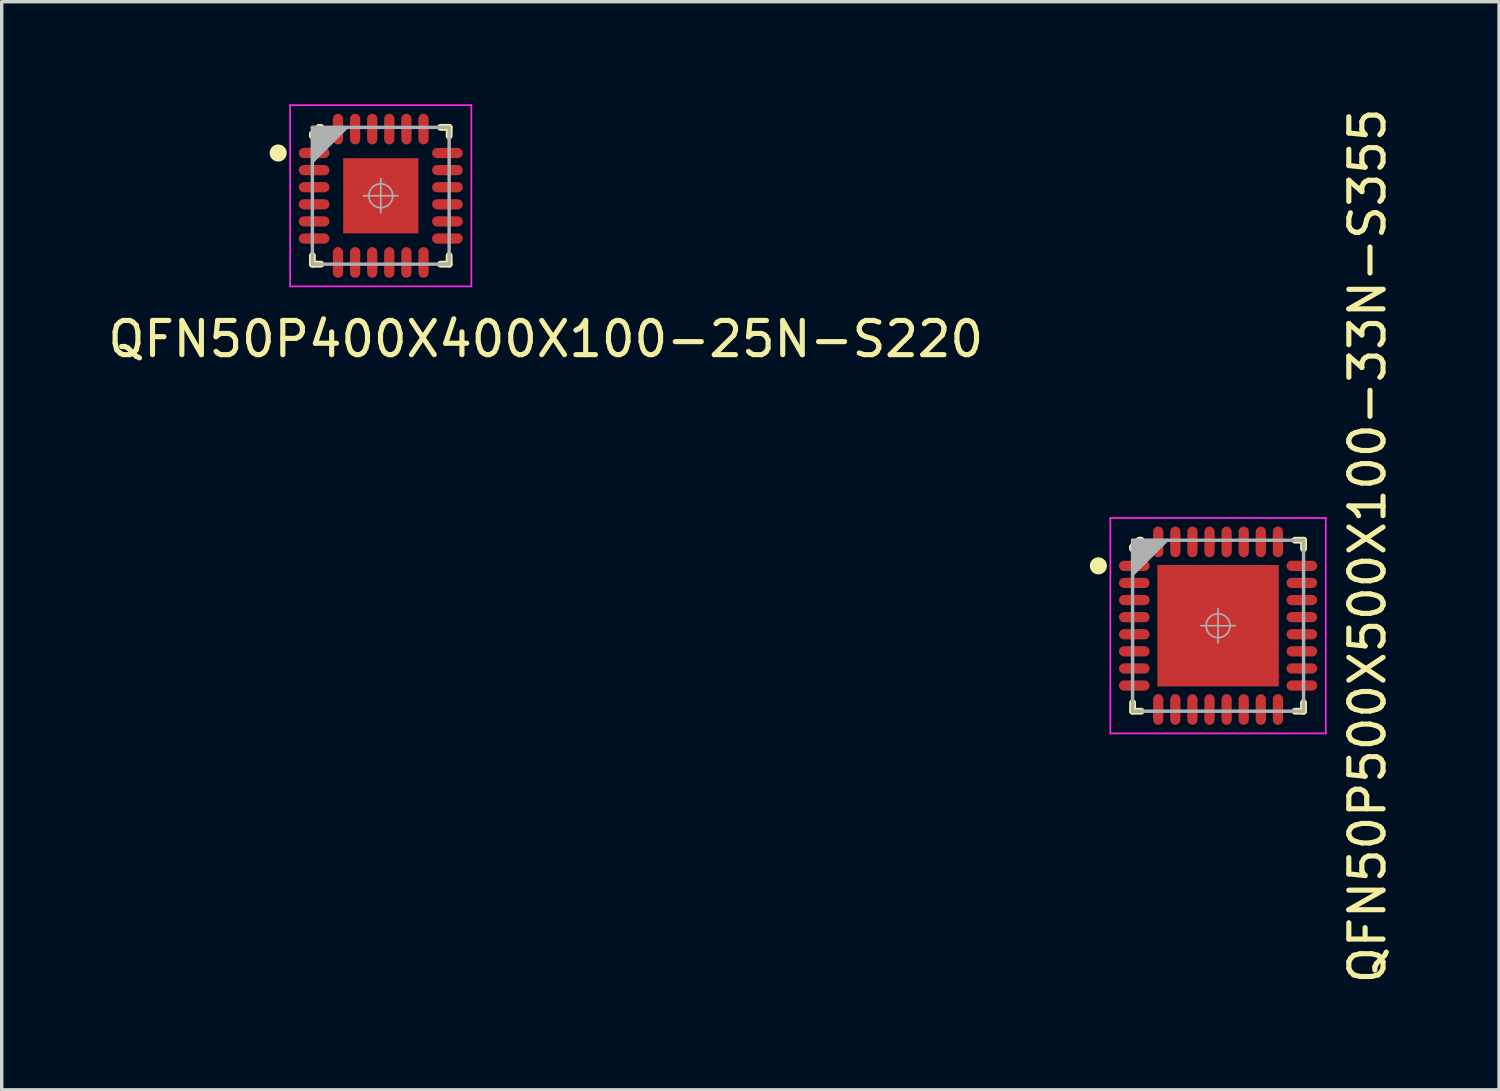
<source format=kicad_pcb>
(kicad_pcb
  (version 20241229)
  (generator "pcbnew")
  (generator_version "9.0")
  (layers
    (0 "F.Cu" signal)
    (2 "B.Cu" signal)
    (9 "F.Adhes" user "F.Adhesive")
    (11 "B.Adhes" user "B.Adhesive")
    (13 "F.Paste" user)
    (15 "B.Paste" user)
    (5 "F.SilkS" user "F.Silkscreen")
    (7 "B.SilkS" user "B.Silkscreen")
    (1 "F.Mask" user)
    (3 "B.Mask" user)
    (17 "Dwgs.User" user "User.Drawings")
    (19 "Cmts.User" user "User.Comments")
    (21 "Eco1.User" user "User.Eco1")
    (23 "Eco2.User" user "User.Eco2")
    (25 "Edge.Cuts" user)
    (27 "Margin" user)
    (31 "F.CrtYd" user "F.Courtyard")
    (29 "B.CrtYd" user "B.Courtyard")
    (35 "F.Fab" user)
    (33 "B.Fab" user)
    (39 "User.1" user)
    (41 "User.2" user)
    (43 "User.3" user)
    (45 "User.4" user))
  (footprint "QFN50P400X400X100-25N-S220"
    (layer "F.Cu")
    (at 8.085 2.675)
    (property "Reference" "QFN50P400X400X100-25N-S220" (at 4.826 4.191 0) (layer "F.SilkS") (effects (font (size 1 1) (thickness 0.15))))
    (attr smd)
    (fp_line (start -2 -1.8) (end -1.8 -2) (stroke (width 0.2) (type solid)) (layer "F.SilkS"))
    (fp_line (start -2 -1.75) (end -2 -1.8) (stroke (width 0.2) (type solid)) (layer "F.SilkS"))
    (fp_line (start -2 2) (end -2 1.75) (stroke (width 0.2) (type solid)) (layer "F.SilkS"))
    (fp_line (start -2 2) (end -1.75 2) (stroke (width 0.2) (type solid)) (layer "F.SilkS"))
    (fp_line (start -1.8 -2) (end -1.75 -2) (stroke (width 0.2) (type solid)) (layer "F.SilkS"))
    (fp_line (start 1.75 -2) (end 2 -2) (stroke (width 0.2) (type solid)) (layer "F.SilkS"))
    (fp_line (start 1.75 2) (end 2 2) (stroke (width 0.2) (type solid)) (layer "F.SilkS"))
    (fp_line (start 2 -1.75) (end 2 -2) (stroke (width 0.2) (type solid)) (layer "F.SilkS"))
    (fp_line (start 2 2) (end 2 1.75) (stroke (width 0.2) (type solid)) (layer "F.SilkS"))
    (fp_circle (center -3 -1.25) (end -2.875 -1.25) (stroke (width 0.25) (type solid)) (fill no) (layer "F.SilkS"))
    (fp_line (start -2.65 -2.65) (end 2.65 -2.65) (stroke (width 0.05) (type solid)) (layer "F.CrtYd"))
    (fp_line (start -2.65 2.65) (end -2.65 -2.65) (stroke (width 0.05) (type solid)) (layer "F.CrtYd"))
    (fp_line (start -2.65 2.65) (end 2.65 2.65) (stroke (width 0.05) (type solid)) (layer "F.CrtYd"))
    (fp_line (start 2.65 2.65) (end 2.65 -2.65) (stroke (width 0.05) (type solid)) (layer "F.CrtYd"))
    (fp_line (start -2 -2) (end 2 -2) (stroke (width 0.1) (type solid)) (layer "F.Fab"))
    (fp_line (start -2 -1.9) (end -1.9 -2) (stroke (width 0.1) (type solid)) (layer "F.Fab"))
    (fp_line (start -2 -1.8) (end -1.8 -2) (stroke (width 0.1) (type solid)) (layer "F.Fab"))
    (fp_line (start -2 -1.7) (end -1.7 -2) (stroke (width 0.1) (type solid)) (layer "F.Fab"))
    (fp_line (start -2 -1.6) (end -1.6 -2) (stroke (width 0.1) (type solid)) (layer "F.Fab"))
    (fp_line (start -2 -1.5) (end -1.5 -2) (stroke (width 0.1) (type solid)) (layer "F.Fab"))
    (fp_line (start -2 -1.4) (end -1.4 -2) (stroke (width 0.1) (type solid)) (layer "F.Fab"))
    (fp_line (start -2 -1.3) (end -1.3 -2) (stroke (width 0.1) (type solid)) (layer "F.Fab"))
    (fp_line (start -2 -1.2) (end -1.2 -2) (stroke (width 0.1) (type solid)) (layer "F.Fab"))
    (fp_line (start -2 -1.1) (end -1.1 -2) (stroke (width 0.1) (type solid)) (layer "F.Fab"))
    (fp_line (start -2 -1) (end -1 -2) (stroke (width 0.1) (type solid)) (layer "F.Fab"))
    (fp_line (start -2 2) (end -2 -2) (stroke (width 0.1) (type solid)) (layer "F.Fab"))
    (fp_line (start -2 2) (end 2 2) (stroke (width 0.1) (type solid)) (layer "F.Fab"))
    (fp_line (start -0.5 0) (end 0.5 0) (stroke (width 0.05) (type solid)) (layer "F.Fab"))
    (fp_line (start 0 0.5) (end 0 -0.5) (stroke (width 0.05) (type solid)) (layer "F.Fab"))
    (fp_line (start 2 2) (end 2 -2) (stroke (width 0.1) (type solid)) (layer "F.Fab"))
    (fp_circle (center 0 0) (end 0.35 0) (stroke (width 0.05) (type solid)) (fill no) (layer "F.Fab"))
    (pad "1" smd roundrect (at -1.95 -1.25) (size 0.9 0.3) (layers "F.Cu" "F.Mask" "F.Paste") (roundrect_rratio 0.5))
    (pad "2" smd roundrect (at -1.95 -0.75) (size 0.9 0.3) (layers "F.Cu" "F.Mask" "F.Paste") (roundrect_rratio 0.5))
    (pad "3" smd roundrect (at -1.95 -0.25) (size 0.9 0.3) (layers "F.Cu" "F.Mask" "F.Paste") (roundrect_rratio 0.5))
    (pad "4" smd roundrect (at -1.95 0.25) (size 0.9 0.3) (layers "F.Cu" "F.Mask" "F.Paste") (roundrect_rratio 0.5))
    (pad "5" smd roundrect (at -1.95 0.75) (size 0.9 0.3) (layers "F.Cu" "F.Mask" "F.Paste") (roundrect_rratio 0.5))
    (pad "6" smd roundrect (at -1.95 1.25) (size 0.9 0.3) (layers "F.Cu" "F.Mask" "F.Paste") (roundrect_rratio 0.5))
    (pad "7" smd roundrect (at -1.25 1.95 90) (size 0.9 0.3) (layers "F.Cu" "F.Mask" "F.Paste") (roundrect_rratio 0.5))
    (pad "8" smd roundrect (at -0.75 1.95 90) (size 0.9 0.3) (layers "F.Cu" "F.Mask" "F.Paste") (roundrect_rratio 0.5))
    (pad "9" smd roundrect (at -0.25 1.95 90) (size 0.9 0.3) (layers "F.Cu" "F.Mask" "F.Paste") (roundrect_rratio 0.5))
    (pad "10" smd roundrect (at 0.25 1.95 90) (size 0.9 0.3) (layers "F.Cu" "F.Mask" "F.Paste") (roundrect_rratio 0.5))
    (pad "11" smd roundrect (at 0.75 1.95 90) (size 0.9 0.3) (layers "F.Cu" "F.Mask" "F.Paste") (roundrect_rratio 0.5))
    (pad "12" smd roundrect (at 1.25 1.95 90) (size 0.9 0.3) (layers "F.Cu" "F.Mask" "F.Paste") (roundrect_rratio 0.5))
    (pad "13" smd roundrect (at 1.95 1.25) (size 0.9 0.3) (layers "F.Cu" "F.Mask" "F.Paste") (roundrect_rratio 0.5))
    (pad "14" smd roundrect (at 1.95 0.75) (size 0.9 0.3) (layers "F.Cu" "F.Mask" "F.Paste") (roundrect_rratio 0.5))
    (pad "15" smd roundrect (at 1.95 0.25) (size 0.9 0.3) (layers "F.Cu" "F.Mask" "F.Paste") (roundrect_rratio 0.5))
    (pad "16" smd roundrect (at 1.95 -0.25) (size 0.9 0.3) (layers "F.Cu" "F.Mask" "F.Paste") (roundrect_rratio 0.5))
    (pad "17" smd roundrect (at 1.95 -0.75) (size 0.9 0.3) (layers "F.Cu" "F.Mask" "F.Paste") (roundrect_rratio 0.5))
    (pad "18" smd roundrect (at 1.95 -1.25) (size 0.9 0.3) (layers "F.Cu" "F.Mask" "F.Paste") (roundrect_rratio 0.5))
    (pad "19" smd roundrect (at 1.25 -1.95 90) (size 0.9 0.3) (layers "F.Cu" "F.Mask" "F.Paste") (roundrect_rratio 0.5))
    (pad "20" smd roundrect (at 0.75 -1.95 90) (size 0.9 0.3) (layers "F.Cu" "F.Mask" "F.Paste") (roundrect_rratio 0.5))
    (pad "21" smd roundrect (at 0.25 -1.95 90) (size 0.9 0.3) (layers "F.Cu" "F.Mask" "F.Paste") (roundrect_rratio 0.5))
    (pad "22" smd roundrect (at -0.25 -1.95 90) (size 0.9 0.3) (layers "F.Cu" "F.Mask" "F.Paste") (roundrect_rratio 0.5))
    (pad "23" smd roundrect (at -0.75 -1.95 90) (size 0.9 0.3) (layers "F.Cu" "F.Mask" "F.Paste") (roundrect_rratio 0.5))
    (pad "24" smd roundrect (at -1.25 -1.95 90) (size 0.9 0.3) (layers "F.Cu" "F.Mask" "F.Paste") (roundrect_rratio 0.5))
    (pad "25" smd rect (at 0 0) (size 2.2 2.2) (layers "F.Cu" "F.Mask" "F.Paste")))
  (footprint "QFN50P500X500X100-33N-S355"
    (layer "F.Cu")
    (at 32.571 15.248)
    (property "Reference" "QFN50P500X500X100-33N-S355" (at 4.369 -2.337 270) (layer "F.SilkS") (effects (font (size 1 1) (thickness 0.15))))
    (attr smd)
    (fp_line (start -2.5 -2.3) (end -2.3 -2.5) (stroke (width 0.2) (type solid)) (layer "F.SilkS"))
    (fp_line (start -2.5 -2.25) (end -2.5 -2.3) (stroke (width 0.2) (type solid)) (layer "F.SilkS"))
    (fp_line (start -2.5 2.5) (end -2.5 2.25) (stroke (width 0.2) (type solid)) (layer "F.SilkS"))
    (fp_line (start -2.5 2.5) (end -2.25 2.5) (stroke (width 0.2) (type solid)) (layer "F.SilkS"))
    (fp_line (start -2.3 -2.5) (end -2.25 -2.5) (stroke (width 0.2) (type solid)) (layer "F.SilkS"))
    (fp_line (start 2.25 -2.5) (end 2.5 -2.5) (stroke (width 0.2) (type solid)) (layer "F.SilkS"))
    (fp_line (start 2.25 2.5) (end 2.5 2.5) (stroke (width 0.2) (type solid)) (layer "F.SilkS"))
    (fp_line (start 2.5 -2.25) (end 2.5 -2.5) (stroke (width 0.2) (type solid)) (layer "F.SilkS"))
    (fp_line (start 2.5 2.5) (end 2.5 2.25) (stroke (width 0.2) (type solid)) (layer "F.SilkS"))
    (fp_circle (center -3.5 -1.75) (end -3.375 -1.75) (stroke (width 0.25) (type solid)) (fill no) (layer "F.SilkS"))
    (fp_line (start -3.15 -3.15) (end 3.15 -3.15) (stroke (width 0.05) (type solid)) (layer "F.CrtYd"))
    (fp_line (start -3.15 3.15) (end -3.15 -3.15) (stroke (width 0.05) (type solid)) (layer "F.CrtYd"))
    (fp_line (start -3.15 3.15) (end 3.15 3.15) (stroke (width 0.05) (type solid)) (layer "F.CrtYd"))
    (fp_line (start 3.15 3.15) (end 3.15 -3.15) (stroke (width 0.05) (type solid)) (layer "F.CrtYd"))
    (fp_line (start -2.5 -2.5) (end 2.5 -2.5) (stroke (width 0.1) (type solid)) (layer "F.Fab"))
    (fp_line (start -2.5 -2.4) (end -2.4 -2.5) (stroke (width 0.1) (type solid)) (layer "F.Fab"))
    (fp_line (start -2.5 -2.3) (end -2.3 -2.5) (stroke (width 0.1) (type solid)) (layer "F.Fab"))
    (fp_line (start -2.5 -2.2) (end -2.2 -2.5) (stroke (width 0.1) (type solid)) (layer "F.Fab"))
    (fp_line (start -2.5 -2.1) (end -2.1 -2.5) (stroke (width 0.1) (type solid)) (layer "F.Fab"))
    (fp_line (start -2.5 -2) (end -2 -2.5) (stroke (width 0.1) (type solid)) (layer "F.Fab"))
    (fp_line (start -2.5 -1.9) (end -1.9 -2.5) (stroke (width 0.1) (type solid)) (layer "F.Fab"))
    (fp_line (start -2.5 -1.8) (end -1.8 -2.5) (stroke (width 0.1) (type solid)) (layer "F.Fab"))
    (fp_line (start -2.5 -1.7) (end -1.7 -2.5) (stroke (width 0.1) (type solid)) (layer "F.Fab"))
    (fp_line (start -2.5 -1.6) (end -1.6 -2.5) (stroke (width 0.1) (type solid)) (layer "F.Fab"))
    (fp_line (start -2.5 -1.5) (end -1.5 -2.5) (stroke (width 0.1) (type solid)) (layer "F.Fab"))
    (fp_line (start -2.5 2.5) (end -2.5 -2.5) (stroke (width 0.1) (type solid)) (layer "F.Fab"))
    (fp_line (start -2.5 2.5) (end 2.5 2.5) (stroke (width 0.1) (type solid)) (layer "F.Fab"))
    (fp_line (start -0.5 0) (end 0.5 0) (stroke (width 0.05) (type solid)) (layer "F.Fab"))
    (fp_line (start 0 0.5) (end 0 -0.5) (stroke (width 0.05) (type solid)) (layer "F.Fab"))
    (fp_line (start 2.5 2.5) (end 2.5 -2.5) (stroke (width 0.1) (type solid)) (layer "F.Fab"))
    (fp_circle (center 0 0) (end 0.35 0) (stroke (width 0.05) (type solid)) (fill no) (layer "F.Fab"))
    (pad "1" smd roundrect (at -2.45 -1.75) (size 0.9 0.3) (layers "F.Cu" "F.Mask" "F.Paste") (roundrect_rratio 0.5))
    (pad "2" smd roundrect (at -2.45 -1.25) (size 0.9 0.3) (layers "F.Cu" "F.Mask" "F.Paste") (roundrect_rratio 0.5))
    (pad "3" smd roundrect (at -2.45 -0.75) (size 0.9 0.3) (layers "F.Cu" "F.Mask" "F.Paste") (roundrect_rratio 0.5))
    (pad "4" smd roundrect (at -2.45 -0.25) (size 0.9 0.3) (layers "F.Cu" "F.Mask" "F.Paste") (roundrect_rratio 0.5))
    (pad "5" smd roundrect (at -2.45 0.25) (size 0.9 0.3) (layers "F.Cu" "F.Mask" "F.Paste") (roundrect_rratio 0.5))
    (pad "6" smd roundrect (at -2.45 0.75) (size 0.9 0.3) (layers "F.Cu" "F.Mask" "F.Paste") (roundrect_rratio 0.5))
    (pad "7" smd roundrect (at -2.45 1.25) (size 0.9 0.3) (layers "F.Cu" "F.Mask" "F.Paste") (roundrect_rratio 0.5))
    (pad "8" smd roundrect (at -2.45 1.75) (size 0.9 0.3) (layers "F.Cu" "F.Mask" "F.Paste") (roundrect_rratio 0.5))
    (pad "9" smd roundrect (at -1.75 2.45 90) (size 0.9 0.3) (layers "F.Cu" "F.Mask" "F.Paste") (roundrect_rratio 0.5))
    (pad "10" smd roundrect (at -1.25 2.45 90) (size 0.9 0.3) (layers "F.Cu" "F.Mask" "F.Paste") (roundrect_rratio 0.5))
    (pad "11" smd roundrect (at -0.75 2.45 90) (size 0.9 0.3) (layers "F.Cu" "F.Mask" "F.Paste") (roundrect_rratio 0.5))
    (pad "12" smd roundrect (at -0.25 2.45 90) (size 0.9 0.3) (layers "F.Cu" "F.Mask" "F.Paste") (roundrect_rratio 0.5))
    (pad "13" smd roundrect (at 0.25 2.45 90) (size 0.9 0.3) (layers "F.Cu" "F.Mask" "F.Paste") (roundrect_rratio 0.5))
    (pad "14" smd roundrect (at 0.75 2.45 90) (size 0.9 0.3) (layers "F.Cu" "F.Mask" "F.Paste") (roundrect_rratio 0.5))
    (pad "15" smd roundrect (at 1.25 2.45 90) (size 0.9 0.3) (layers "F.Cu" "F.Mask" "F.Paste") (roundrect_rratio 0.5))
    (pad "16" smd roundrect (at 1.75 2.45 90) (size 0.9 0.3) (layers "F.Cu" "F.Mask" "F.Paste") (roundrect_rratio 0.5))
    (pad "17" smd roundrect (at 2.45 1.75) (size 0.9 0.3) (layers "F.Cu" "F.Mask" "F.Paste") (roundrect_rratio 0.5))
    (pad "18" smd roundrect (at 2.45 1.25) (size 0.9 0.3) (layers "F.Cu" "F.Mask" "F.Paste") (roundrect_rratio 0.5))
    (pad "19" smd roundrect (at 2.45 0.75) (size 0.9 0.3) (layers "F.Cu" "F.Mask" "F.Paste") (roundrect_rratio 0.5))
    (pad "20" smd roundrect (at 2.45 0.25) (size 0.9 0.3) (layers "F.Cu" "F.Mask" "F.Paste") (roundrect_rratio 0.5))
    (pad "21" smd roundrect (at 2.45 -0.25) (size 0.9 0.3) (layers "F.Cu" "F.Mask" "F.Paste") (roundrect_rratio 0.5))
    (pad "22" smd roundrect (at 2.45 -0.75) (size 0.9 0.3) (layers "F.Cu" "F.Mask" "F.Paste") (roundrect_rratio 0.5))
    (pad "23" smd roundrect (at 2.45 -1.25) (size 0.9 0.3) (layers "F.Cu" "F.Mask" "F.Paste") (roundrect_rratio 0.5))
    (pad "24" smd roundrect (at 2.45 -1.75) (size 0.9 0.3) (layers "F.Cu" "F.Mask" "F.Paste") (roundrect_rratio 0.5))
    (pad "25" smd roundrect (at 1.75 -2.45 90) (size 0.9 0.3) (layers "F.Cu" "F.Mask" "F.Paste") (roundrect_rratio 0.5))
    (pad "26" smd roundrect (at 1.25 -2.45 90) (size 0.9 0.3) (layers "F.Cu" "F.Mask" "F.Paste") (roundrect_rratio 0.5))
    (pad "27" smd roundrect (at 0.75 -2.45 90) (size 0.9 0.3) (layers "F.Cu" "F.Mask" "F.Paste") (roundrect_rratio 0.5))
    (pad "28" smd roundrect (at 0.25 -2.45 90) (size 0.9 0.3) (layers "F.Cu" "F.Mask" "F.Paste") (roundrect_rratio 0.5))
    (pad "29" smd roundrect (at -0.25 -2.45 90) (size 0.9 0.3) (layers "F.Cu" "F.Mask" "F.Paste") (roundrect_rratio 0.5))
    (pad "30" smd roundrect (at -0.75 -2.45 90) (size 0.9 0.3) (layers "F.Cu" "F.Mask" "F.Paste") (roundrect_rratio 0.5))
    (pad "31" smd roundrect (at -1.25 -2.45 90) (size 0.9 0.3) (layers "F.Cu" "F.Mask" "F.Paste") (roundrect_rratio 0.5))
    (pad "32" smd roundrect (at -1.75 -2.45 90) (size 0.9 0.3) (layers "F.Cu" "F.Mask" "F.Paste") (roundrect_rratio 0.5))
    (pad "33" smd rect (at 0 0) (size 3.55 3.55) (layers "F.Cu" "F.Mask" "F.Paste")))
  (gr_rect
    (start -3 -3)
    (end 40.788 28.821)
    (stroke (width 0.1) (type default))
    (fill no)
    (layer "Edge.Cuts")))
</source>
